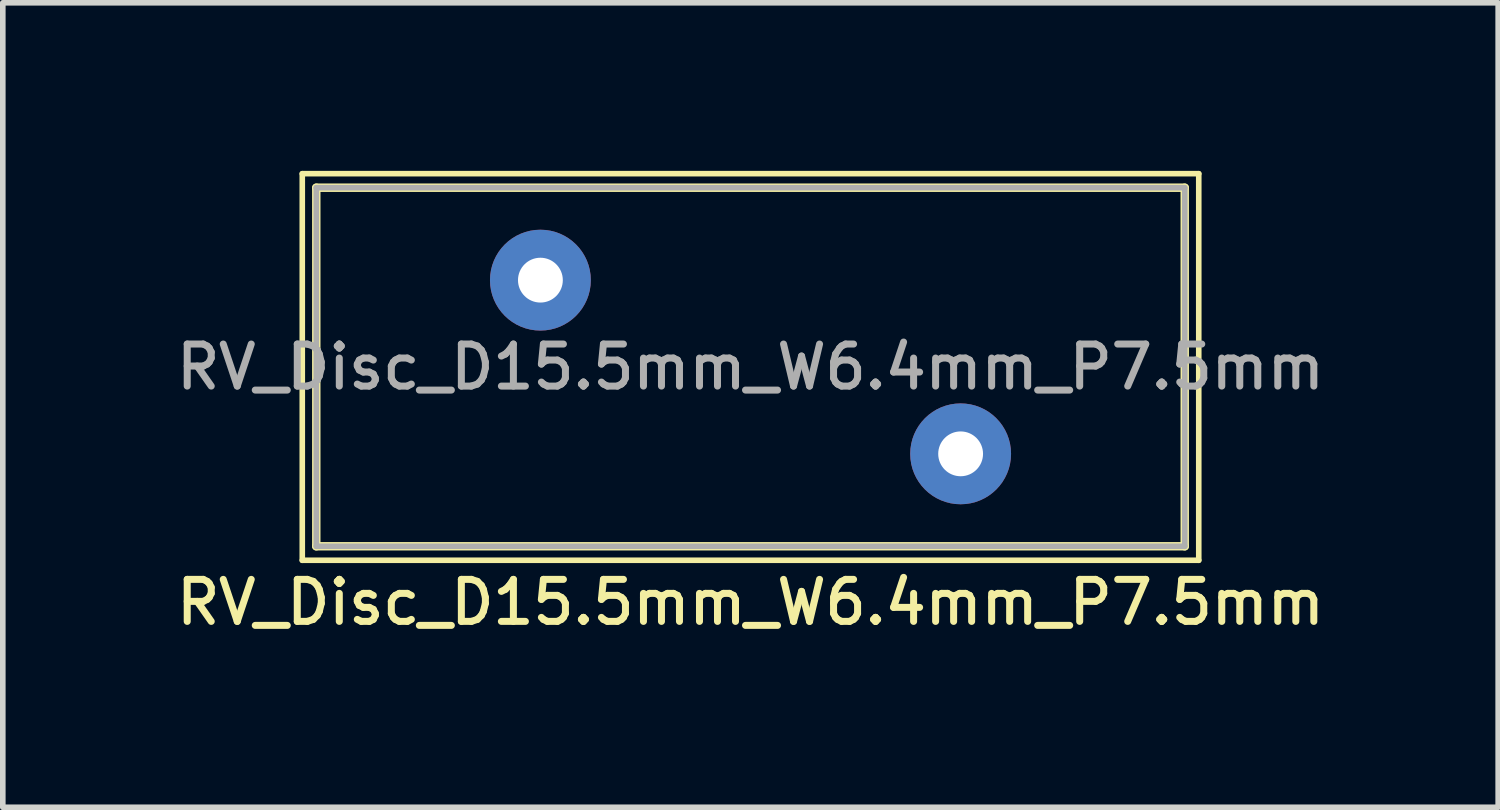
<source format=kicad_pcb>
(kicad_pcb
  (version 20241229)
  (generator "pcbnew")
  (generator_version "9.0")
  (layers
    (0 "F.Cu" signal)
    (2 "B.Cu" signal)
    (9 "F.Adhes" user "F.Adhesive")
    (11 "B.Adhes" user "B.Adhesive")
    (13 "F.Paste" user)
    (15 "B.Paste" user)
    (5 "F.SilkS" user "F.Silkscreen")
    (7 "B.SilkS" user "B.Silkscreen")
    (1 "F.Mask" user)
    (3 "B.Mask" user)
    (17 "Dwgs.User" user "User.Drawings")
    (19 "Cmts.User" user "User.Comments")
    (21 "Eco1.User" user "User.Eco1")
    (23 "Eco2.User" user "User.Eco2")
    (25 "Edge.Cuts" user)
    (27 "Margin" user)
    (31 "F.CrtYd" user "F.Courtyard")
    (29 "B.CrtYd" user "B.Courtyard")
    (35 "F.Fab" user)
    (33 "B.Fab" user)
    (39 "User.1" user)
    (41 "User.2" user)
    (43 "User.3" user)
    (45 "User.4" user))
  (footprint "RV_Disc_D15.5mm_W6.4mm_P7.5mm"
    (layer "F.Cu")
    (at 6.595 1.95)
    (property "Reference" "RV_Disc_D15.5mm_W6.4mm_P7.5mm" (at 3.75 5.75 0) (layer "F.SilkS") (effects (font (size 0.75 0.75) (thickness 0.125))))
    (attr through_hole)
    (fp_line (start -4.25 -1.9) (end -4.25 5) (stroke (width 0.1) (type solid)) (layer "F.SilkS"))
    (fp_line (start -4.25 -1.9) (end 11.75 -1.9) (stroke (width 0.1) (type solid)) (layer "F.SilkS"))
    (fp_line (start -4.25 5) (end 11.75 5) (stroke (width 0.1) (type solid)) (layer "F.SilkS"))
    (fp_line (start -4 -1.65) (end -4 4.75) (stroke (width 0.15) (type solid)) (layer "F.SilkS"))
    (fp_line (start -4 -1.65) (end 11.5 -1.65) (stroke (width 0.15) (type solid)) (layer "F.SilkS"))
    (fp_line (start -4 4.75) (end 11.5 4.75) (stroke (width 0.15) (type solid)) (layer "F.SilkS"))
    (fp_line (start 11.5 -1.65) (end 11.5 4.75) (stroke (width 0.15) (type solid)) (layer "F.SilkS"))
    (fp_line (start 11.75 -1.9) (end 11.75 5) (stroke (width 0.1) (type solid)) (layer "F.SilkS"))
    (fp_line (start -4 -1.65) (end -4 4.75) (stroke (width 0.1) (type solid)) (layer "F.Fab"))
    (fp_line (start -4 -1.65) (end 11.5 -1.65) (stroke (width 0.1) (type solid)) (layer "F.Fab"))
    (fp_line (start -4 4.75) (end 11.5 4.75) (stroke (width 0.1) (type solid)) (layer "F.Fab"))
    (fp_line (start 11.5 -1.65) (end 11.5 4.75) (stroke (width 0.1) (type solid)) (layer "F.Fab"))
    (fp_text user "${REFERENCE}" (at 3.75 1.55 0) (layer "F.Fab") (effects (font (size 0.75 0.75) (thickness 0.125))))
    (pad "1" thru_hole circle (at 0 0) (size 1.8 1.8) (drill 0.8) (layers "*.Cu" "*.Mask"))
    (pad "2" thru_hole circle (at 7.5 3.1) (size 1.8 1.8) (drill 0.8) (layers "*.Cu" "*.Mask")))
  (gr_rect
    (start -3 -3)
    (end 23.689 11.358)
    (stroke (width 0.1) (type default))
    (fill no)
    (layer "Edge.Cuts")))
</source>
